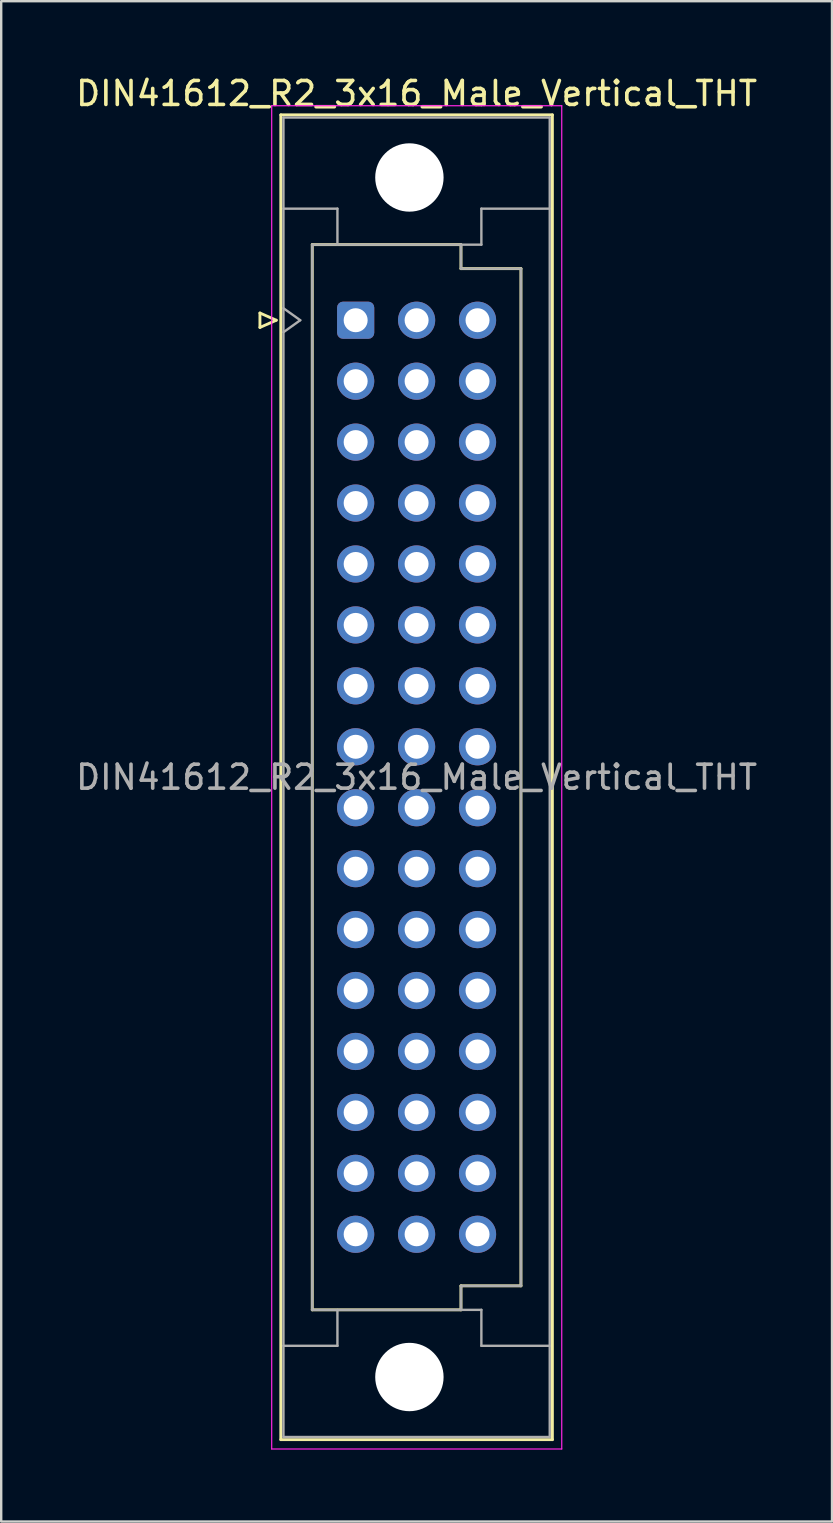
<source format=kicad_pcb>
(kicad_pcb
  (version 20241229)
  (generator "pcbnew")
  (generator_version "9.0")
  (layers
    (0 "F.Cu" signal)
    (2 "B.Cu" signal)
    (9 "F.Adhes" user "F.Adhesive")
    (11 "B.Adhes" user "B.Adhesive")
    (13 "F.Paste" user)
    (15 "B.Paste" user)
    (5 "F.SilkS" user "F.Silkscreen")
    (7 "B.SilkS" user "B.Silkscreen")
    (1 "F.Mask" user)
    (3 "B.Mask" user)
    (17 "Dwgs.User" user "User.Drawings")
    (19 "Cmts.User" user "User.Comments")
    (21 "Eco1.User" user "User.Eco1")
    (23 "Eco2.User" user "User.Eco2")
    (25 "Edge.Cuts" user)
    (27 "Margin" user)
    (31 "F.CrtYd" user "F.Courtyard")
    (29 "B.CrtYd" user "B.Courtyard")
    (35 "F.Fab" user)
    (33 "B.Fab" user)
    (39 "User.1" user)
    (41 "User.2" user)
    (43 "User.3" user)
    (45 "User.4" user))
  (footprint "DIN41612_R2_3x16_Male_Vertical_THT"
    (layer "F.Cu")
    (at 11.775 10.298)
    (property "Reference" "DIN41612_R2_3x16_Male_Vertical_THT" (at 2.54 -9.45 0) (layer "F.SilkS") (effects (font (size 1 1) (thickness 0.15))))
    (attr through_hole)
    (fp_line (start -3.99 -0.3) (end -3.99 0.3) (stroke (width 0.12) (type solid)) (layer "F.SilkS"))
    (fp_line (start -3.99 0.3) (end -3.31 0) (stroke (width 0.12) (type solid)) (layer "F.SilkS"))
    (fp_line (start -3.31 0) (end -3.99 -0.3) (stroke (width 0.12) (type solid)) (layer "F.SilkS"))
    (fp_line (start -3.12 -8.56) (end 8.2 -8.56) (stroke (width 0.12) (type solid)) (layer "F.SilkS"))
    (fp_line (start -3.12 46.66) (end -3.12 -8.56) (stroke (width 0.12) (type solid)) (layer "F.SilkS"))
    (fp_line (start -1.81 -3.15) (end 4.39 -3.15) (stroke (width 0.12) (type solid)) (layer "F.SilkS"))
    (fp_line (start -1.81 41.25) (end -1.81 -3.15) (stroke (width 0.12) (type solid)) (layer "F.SilkS"))
    (fp_line (start 4.39 -3.15) (end 4.39 -2.15) (stroke (width 0.12) (type solid)) (layer "F.SilkS"))
    (fp_line (start 4.39 -2.15) (end 6.89 -2.15) (stroke (width 0.12) (type solid)) (layer "F.SilkS"))
    (fp_line (start 4.39 40.25) (end 4.39 41.25) (stroke (width 0.12) (type solid)) (layer "F.SilkS"))
    (fp_line (start 4.39 41.25) (end -1.81 41.25) (stroke (width 0.12) (type solid)) (layer "F.SilkS"))
    (fp_line (start 6.89 -2.15) (end 6.89 40.25) (stroke (width 0.12) (type solid)) (layer "F.SilkS"))
    (fp_line (start 6.89 40.25) (end 4.39 40.25) (stroke (width 0.12) (type solid)) (layer "F.SilkS"))
    (fp_line (start 8.2 -8.56) (end 8.2 46.66) (stroke (width 0.12) (type solid)) (layer "F.SilkS"))
    (fp_line (start 8.2 46.66) (end -3.12 46.66) (stroke (width 0.12) (type solid)) (layer "F.SilkS"))
    (fp_line (start -3.5 -8.94) (end 8.59 -8.94) (stroke (width 0.05) (type solid)) (layer "F.CrtYd"))
    (fp_line (start -3.5 47.05) (end -3.5 -8.94) (stroke (width 0.05) (type solid)) (layer "F.CrtYd"))
    (fp_line (start 8.59 -8.94) (end 8.59 47.05) (stroke (width 0.05) (type solid)) (layer "F.CrtYd"))
    (fp_line (start 8.59 47.05) (end -3.5 47.05) (stroke (width 0.05) (type solid)) (layer "F.CrtYd"))
    (fp_line (start -3.01 -8.45) (end 8.09 -8.45) (stroke (width 0.1) (type solid)) (layer "F.Fab"))
    (fp_line (start -3.01 -4.65) (end -0.76 -4.65) (stroke (width 0.1) (type solid)) (layer "F.Fab"))
    (fp_line (start -3.01 -0.5) (end -2.31 0) (stroke (width 0.1) (type solid)) (layer "F.Fab"))
    (fp_line (start -3.01 42.75) (end -0.76 42.75) (stroke (width 0.1) (type solid)) (layer "F.Fab"))
    (fp_line (start -3.01 46.55) (end -3.01 -8.45) (stroke (width 0.1) (type solid)) (layer "F.Fab"))
    (fp_line (start -2.31 0) (end -3.01 0.5) (stroke (width 0.1) (type solid)) (layer "F.Fab"))
    (fp_line (start -1.81 -3.15) (end 4.39 -3.15) (stroke (width 0.1) (type solid)) (layer "F.Fab"))
    (fp_line (start -1.81 41.25) (end -1.81 -3.15) (stroke (width 0.1) (type solid)) (layer "F.Fab"))
    (fp_line (start -0.76 -4.65) (end -0.76 -3.15) (stroke (width 0.1) (type solid)) (layer "F.Fab"))
    (fp_line (start -0.76 42.75) (end -0.76 41.25) (stroke (width 0.1) (type solid)) (layer "F.Fab"))
    (fp_line (start 4.39 -3.15) (end 4.39 -2.15) (stroke (width 0.1) (type solid)) (layer "F.Fab"))
    (fp_line (start 4.39 -3.15) (end 5.24 -3.15) (stroke (width 0.1) (type solid)) (layer "F.Fab"))
    (fp_line (start 4.39 -2.15) (end 6.89 -2.15) (stroke (width 0.1) (type solid)) (layer "F.Fab"))
    (fp_line (start 4.39 40.25) (end 4.39 41.25) (stroke (width 0.1) (type solid)) (layer "F.Fab"))
    (fp_line (start 4.39 41.25) (end -1.81 41.25) (stroke (width 0.1) (type solid)) (layer "F.Fab"))
    (fp_line (start 4.39 41.25) (end 5.24 41.25) (stroke (width 0.1) (type solid)) (layer "F.Fab"))
    (fp_line (start 5.24 -4.65) (end 8.09 -4.65) (stroke (width 0.1) (type solid)) (layer "F.Fab"))
    (fp_line (start 5.24 -3.15) (end 5.24 -4.65) (stroke (width 0.1) (type solid)) (layer "F.Fab"))
    (fp_line (start 5.24 41.25) (end 5.24 42.75) (stroke (width 0.1) (type solid)) (layer "F.Fab"))
    (fp_line (start 5.24 42.75) (end 8.09 42.75) (stroke (width 0.1) (type solid)) (layer "F.Fab"))
    (fp_line (start 6.89 -2.15) (end 6.89 40.25) (stroke (width 0.1) (type solid)) (layer "F.Fab"))
    (fp_line (start 6.89 40.25) (end 4.39 40.25) (stroke (width 0.1) (type solid)) (layer "F.Fab"))
    (fp_line (start 8.09 -8.45) (end 8.09 46.55) (stroke (width 0.1) (type solid)) (layer "F.Fab"))
    (fp_line (start 8.09 46.55) (end -3.01 46.55) (stroke (width 0.1) (type solid)) (layer "F.Fab"))
    (fp_text user "${REFERENCE}" (at 2.54 19.05 0) (layer "F.Fab") (effects (font (size 1 1) (thickness 0.15))))
    (pad "" np_thru_hole circle (at 2.24 -5.95) (size 2.85 2.85) (drill 2.85) (layers "*.Cu" "*.Mask"))
    (pad "" np_thru_hole circle (at 2.24 44.05) (size 2.85 2.85) (drill 2.85) (layers "*.Cu" "*.Mask"))
    (pad "a1" thru_hole roundrect (at 0 0) (size 1.55 1.55) (drill 1) (layers "*.Cu" "*.Mask") (roundrect_rratio 0.161))
    (pad "a2" thru_hole circle (at 0 2.54) (size 1.55 1.55) (drill 1) (layers "*.Cu" "*.Mask"))
    (pad "a3" thru_hole circle (at 0 5.08) (size 1.55 1.55) (drill 1) (layers "*.Cu" "*.Mask"))
    (pad "a4" thru_hole circle (at 0 7.62) (size 1.55 1.55) (drill 1) (layers "*.Cu" "*.Mask"))
    (pad "a5" thru_hole circle (at 0 10.16) (size 1.55 1.55) (drill 1) (layers "*.Cu" "*.Mask"))
    (pad "a6" thru_hole circle (at 0 12.7) (size 1.55 1.55) (drill 1) (layers "*.Cu" "*.Mask"))
    (pad "a7" thru_hole circle (at 0 15.24) (size 1.55 1.55) (drill 1) (layers "*.Cu" "*.Mask"))
    (pad "a8" thru_hole circle (at 0 17.78) (size 1.55 1.55) (drill 1) (layers "*.Cu" "*.Mask"))
    (pad "a9" thru_hole circle (at 0 20.32) (size 1.55 1.55) (drill 1) (layers "*.Cu" "*.Mask"))
    (pad "a10" thru_hole circle (at 0 22.86) (size 1.55 1.55) (drill 1) (layers "*.Cu" "*.Mask"))
    (pad "a11" thru_hole circle (at 0 25.4) (size 1.55 1.55) (drill 1) (layers "*.Cu" "*.Mask"))
    (pad "a12" thru_hole circle (at 0 27.94) (size 1.55 1.55) (drill 1) (layers "*.Cu" "*.Mask"))
    (pad "a13" thru_hole circle (at 0 30.48) (size 1.55 1.55) (drill 1) (layers "*.Cu" "*.Mask"))
    (pad "a14" thru_hole circle (at 0 33.02) (size 1.55 1.55) (drill 1) (layers "*.Cu" "*.Mask"))
    (pad "a15" thru_hole circle (at 0 35.56) (size 1.55 1.55) (drill 1) (layers "*.Cu" "*.Mask"))
    (pad "a16" thru_hole circle (at 0 38.1) (size 1.55 1.55) (drill 1) (layers "*.Cu" "*.Mask"))
    (pad "b1" thru_hole circle (at 2.54 0) (size 1.55 1.55) (drill 1) (layers "*.Cu" "*.Mask"))
    (pad "b2" thru_hole circle (at 2.54 2.54) (size 1.55 1.55) (drill 1) (layers "*.Cu" "*.Mask"))
    (pad "b3" thru_hole circle (at 2.54 5.08) (size 1.55 1.55) (drill 1) (layers "*.Cu" "*.Mask"))
    (pad "b4" thru_hole circle (at 2.54 7.62) (size 1.55 1.55) (drill 1) (layers "*.Cu" "*.Mask"))
    (pad "b5" thru_hole circle (at 2.54 10.16) (size 1.55 1.55) (drill 1) (layers "*.Cu" "*.Mask"))
    (pad "b6" thru_hole circle (at 2.54 12.7) (size 1.55 1.55) (drill 1) (layers "*.Cu" "*.Mask"))
    (pad "b7" thru_hole circle (at 2.54 15.24) (size 1.55 1.55) (drill 1) (layers "*.Cu" "*.Mask"))
    (pad "b8" thru_hole circle (at 2.54 17.78) (size 1.55 1.55) (drill 1) (layers "*.Cu" "*.Mask"))
    (pad "b9" thru_hole circle (at 2.54 20.32) (size 1.55 1.55) (drill 1) (layers "*.Cu" "*.Mask"))
    (pad "b10" thru_hole circle (at 2.54 22.86) (size 1.55 1.55) (drill 1) (layers "*.Cu" "*.Mask"))
    (pad "b11" thru_hole circle (at 2.54 25.4) (size 1.55 1.55) (drill 1) (layers "*.Cu" "*.Mask"))
    (pad "b12" thru_hole circle (at 2.54 27.94) (size 1.55 1.55) (drill 1) (layers "*.Cu" "*.Mask"))
    (pad "b13" thru_hole circle (at 2.54 30.48) (size 1.55 1.55) (drill 1) (layers "*.Cu" "*.Mask"))
    (pad "b14" thru_hole circle (at 2.54 33.02) (size 1.55 1.55) (drill 1) (layers "*.Cu" "*.Mask"))
    (pad "b15" thru_hole circle (at 2.54 35.56) (size 1.55 1.55) (drill 1) (layers "*.Cu" "*.Mask"))
    (pad "b16" thru_hole circle (at 2.54 38.1) (size 1.55 1.55) (drill 1) (layers "*.Cu" "*.Mask"))
    (pad "c1" thru_hole circle (at 5.08 0) (size 1.55 1.55) (drill 1) (layers "*.Cu" "*.Mask"))
    (pad "c2" thru_hole circle (at 5.08 2.54) (size 1.55 1.55) (drill 1) (layers "*.Cu" "*.Mask"))
    (pad "c3" thru_hole circle (at 5.08 5.08) (size 1.55 1.55) (drill 1) (layers "*.Cu" "*.Mask"))
    (pad "c4" thru_hole circle (at 5.08 7.62) (size 1.55 1.55) (drill 1) (layers "*.Cu" "*.Mask"))
    (pad "c5" thru_hole circle (at 5.08 10.16) (size 1.55 1.55) (drill 1) (layers "*.Cu" "*.Mask"))
    (pad "c6" thru_hole circle (at 5.08 12.7) (size 1.55 1.55) (drill 1) (layers "*.Cu" "*.Mask"))
    (pad "c7" thru_hole circle (at 5.08 15.24) (size 1.55 1.55) (drill 1) (layers "*.Cu" "*.Mask"))
    (pad "c8" thru_hole circle (at 5.08 17.78) (size 1.55 1.55) (drill 1) (layers "*.Cu" "*.Mask"))
    (pad "c9" thru_hole circle (at 5.08 20.32) (size 1.55 1.55) (drill 1) (layers "*.Cu" "*.Mask"))
    (pad "c10" thru_hole circle (at 5.08 22.86) (size 1.55 1.55) (drill 1) (layers "*.Cu" "*.Mask"))
    (pad "c11" thru_hole circle (at 5.08 25.4) (size 1.55 1.55) (drill 1) (layers "*.Cu" "*.Mask"))
    (pad "c12" thru_hole circle (at 5.08 27.94) (size 1.55 1.55) (drill 1) (layers "*.Cu" "*.Mask"))
    (pad "c13" thru_hole circle (at 5.08 30.48) (size 1.55 1.55) (drill 1) (layers "*.Cu" "*.Mask"))
    (pad "c14" thru_hole circle (at 5.08 33.02) (size 1.55 1.55) (drill 1) (layers "*.Cu" "*.Mask"))
    (pad "c15" thru_hole circle (at 5.08 35.56) (size 1.55 1.55) (drill 1) (layers "*.Cu" "*.Mask"))
    (pad "c16" thru_hole circle (at 5.08 38.1) (size 1.55 1.55) (drill 1) (layers "*.Cu" "*.Mask")))
  (gr_rect
    (start -3 -3)
    (end 31.631 60.373)
    (stroke (width 0.1) (type default))
    (fill no)
    (layer "Edge.Cuts")))
</source>
